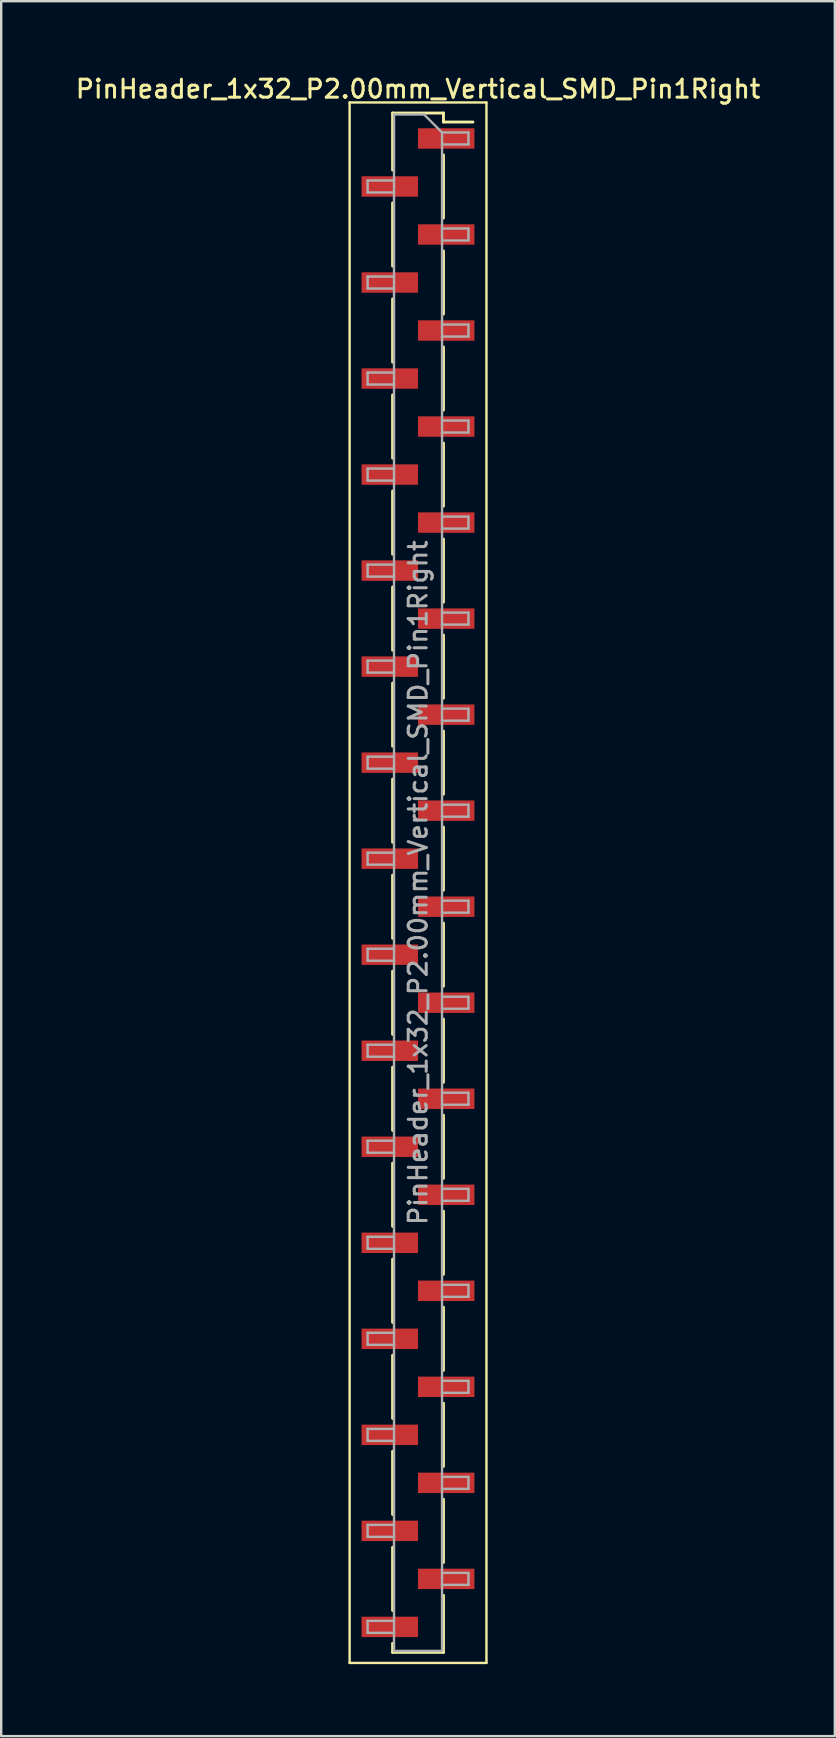
<source format=kicad_pcb>
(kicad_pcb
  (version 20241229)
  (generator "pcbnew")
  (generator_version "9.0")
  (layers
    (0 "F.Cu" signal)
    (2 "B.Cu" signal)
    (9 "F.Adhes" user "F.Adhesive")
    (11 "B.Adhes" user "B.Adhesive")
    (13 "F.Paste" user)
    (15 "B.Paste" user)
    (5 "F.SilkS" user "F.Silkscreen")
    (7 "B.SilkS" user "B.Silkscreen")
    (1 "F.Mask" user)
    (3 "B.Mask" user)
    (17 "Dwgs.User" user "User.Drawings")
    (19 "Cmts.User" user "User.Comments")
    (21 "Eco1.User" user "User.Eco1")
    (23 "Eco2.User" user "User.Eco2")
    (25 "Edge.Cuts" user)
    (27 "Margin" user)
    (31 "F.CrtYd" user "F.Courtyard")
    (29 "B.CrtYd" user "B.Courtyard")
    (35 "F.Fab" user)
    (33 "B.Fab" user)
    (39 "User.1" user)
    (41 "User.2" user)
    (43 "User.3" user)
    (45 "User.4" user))
  (footprint "PinHeader_1x32_P2.00mm_Vertical_SMD_Pin1Right"
    (layer "F.Cu")
    (at 14.363 33.718)
    (property "Reference" "PinHeader_1x32_P2.00mm_Vertical_SMD_Pin1Right" (at 0 -33.06 0) (layer "F.SilkS") (effects (font (size 0.75 0.75) (thickness 0.125))))
    (attr smd)
    (fp_line (start -2.85 -32.5) (end -2.85 32.5) (stroke (width 0.1) (type solid)) (layer "F.SilkS"))
    (fp_line (start -2.85 32.5) (end 2.85 32.5) (stroke (width 0.1) (type solid)) (layer "F.SilkS"))
    (fp_line (start -1.06 -32.06) (end -1.06 -29.685) (stroke (width 0.12) (type solid)) (layer "F.SilkS"))
    (fp_line (start -1.06 -32.06) (end 1.06 -32.06) (stroke (width 0.12) (type solid)) (layer "F.SilkS"))
    (fp_line (start -1.06 -28.315) (end -1.06 -25.685) (stroke (width 0.12) (type solid)) (layer "F.SilkS"))
    (fp_line (start -1.06 -24.315) (end -1.06 -21.685) (stroke (width 0.12) (type solid)) (layer "F.SilkS"))
    (fp_line (start -1.06 -20.315) (end -1.06 -17.685) (stroke (width 0.12) (type solid)) (layer "F.SilkS"))
    (fp_line (start -1.06 -16.315) (end -1.06 -13.685) (stroke (width 0.12) (type solid)) (layer "F.SilkS"))
    (fp_line (start -1.06 -12.315) (end -1.06 -9.685) (stroke (width 0.12) (type solid)) (layer "F.SilkS"))
    (fp_line (start -1.06 -8.315) (end -1.06 -5.685) (stroke (width 0.12) (type solid)) (layer "F.SilkS"))
    (fp_line (start -1.06 -4.315) (end -1.06 -1.685) (stroke (width 0.12) (type solid)) (layer "F.SilkS"))
    (fp_line (start -1.06 -0.315) (end -1.06 2.315) (stroke (width 0.12) (type solid)) (layer "F.SilkS"))
    (fp_line (start -1.06 3.685) (end -1.06 6.315) (stroke (width 0.12) (type solid)) (layer "F.SilkS"))
    (fp_line (start -1.06 7.685) (end -1.06 10.315) (stroke (width 0.12) (type solid)) (layer "F.SilkS"))
    (fp_line (start -1.06 11.685) (end -1.06 14.315) (stroke (width 0.12) (type solid)) (layer "F.SilkS"))
    (fp_line (start -1.06 15.685) (end -1.06 18.315) (stroke (width 0.12) (type solid)) (layer "F.SilkS"))
    (fp_line (start -1.06 19.685) (end -1.06 22.315) (stroke (width 0.12) (type solid)) (layer "F.SilkS"))
    (fp_line (start -1.06 23.685) (end -1.06 26.315) (stroke (width 0.12) (type solid)) (layer "F.SilkS"))
    (fp_line (start -1.06 27.685) (end -1.06 30.315) (stroke (width 0.12) (type solid)) (layer "F.SilkS"))
    (fp_line (start -1.06 31.685) (end -1.06 32.06) (stroke (width 0.12) (type solid)) (layer "F.SilkS"))
    (fp_line (start -1.06 32.06) (end 1.06 32.06) (stroke (width 0.12) (type solid)) (layer "F.SilkS"))
    (fp_line (start 1.06 -32.06) (end 1.06 -31.685) (stroke (width 0.12) (type solid)) (layer "F.SilkS"))
    (fp_line (start 1.06 -31.685) (end 2.29 -31.685) (stroke (width 0.12) (type solid)) (layer "F.SilkS"))
    (fp_line (start 1.06 -30.315) (end 1.06 -27.685) (stroke (width 0.12) (type solid)) (layer "F.SilkS"))
    (fp_line (start 1.06 -26.315) (end 1.06 -23.685) (stroke (width 0.12) (type solid)) (layer "F.SilkS"))
    (fp_line (start 1.06 -22.315) (end 1.06 -19.685) (stroke (width 0.12) (type solid)) (layer "F.SilkS"))
    (fp_line (start 1.06 -18.315) (end 1.06 -15.685) (stroke (width 0.12) (type solid)) (layer "F.SilkS"))
    (fp_line (start 1.06 -14.315) (end 1.06 -11.685) (stroke (width 0.12) (type solid)) (layer "F.SilkS"))
    (fp_line (start 1.06 -10.315) (end 1.06 -7.685) (stroke (width 0.12) (type solid)) (layer "F.SilkS"))
    (fp_line (start 1.06 -6.315) (end 1.06 -3.685) (stroke (width 0.12) (type solid)) (layer "F.SilkS"))
    (fp_line (start 1.06 -2.315) (end 1.06 0.315) (stroke (width 0.12) (type solid)) (layer "F.SilkS"))
    (fp_line (start 1.06 1.685) (end 1.06 4.315) (stroke (width 0.12) (type solid)) (layer "F.SilkS"))
    (fp_line (start 1.06 5.685) (end 1.06 8.315) (stroke (width 0.12) (type solid)) (layer "F.SilkS"))
    (fp_line (start 1.06 9.685) (end 1.06 12.315) (stroke (width 0.12) (type solid)) (layer "F.SilkS"))
    (fp_line (start 1.06 13.685) (end 1.06 16.315) (stroke (width 0.12) (type solid)) (layer "F.SilkS"))
    (fp_line (start 1.06 17.685) (end 1.06 20.315) (stroke (width 0.12) (type solid)) (layer "F.SilkS"))
    (fp_line (start 1.06 21.685) (end 1.06 24.315) (stroke (width 0.12) (type solid)) (layer "F.SilkS"))
    (fp_line (start 1.06 25.685) (end 1.06 28.315) (stroke (width 0.12) (type solid)) (layer "F.SilkS"))
    (fp_line (start 1.06 29.685) (end 1.06 32.06) (stroke (width 0.12) (type solid)) (layer "F.SilkS"))
    (fp_line (start 2.85 -32.5) (end -2.85 -32.5) (stroke (width 0.1) (type solid)) (layer "F.SilkS"))
    (fp_line (start 2.85 32.5) (end 2.85 -32.5) (stroke (width 0.1) (type solid)) (layer "F.SilkS"))
    (fp_line (start -2.1 -29.25) (end -2.1 -28.75) (stroke (width 0.1) (type solid)) (layer "F.Fab"))
    (fp_line (start -2.1 -28.75) (end -1 -28.75) (stroke (width 0.1) (type solid)) (layer "F.Fab"))
    (fp_line (start -2.1 -25.25) (end -2.1 -24.75) (stroke (width 0.1) (type solid)) (layer "F.Fab"))
    (fp_line (start -2.1 -24.75) (end -1 -24.75) (stroke (width 0.1) (type solid)) (layer "F.Fab"))
    (fp_line (start -2.1 -21.25) (end -2.1 -20.75) (stroke (width 0.1) (type solid)) (layer "F.Fab"))
    (fp_line (start -2.1 -20.75) (end -1 -20.75) (stroke (width 0.1) (type solid)) (layer "F.Fab"))
    (fp_line (start -2.1 -17.25) (end -2.1 -16.75) (stroke (width 0.1) (type solid)) (layer "F.Fab"))
    (fp_line (start -2.1 -16.75) (end -1 -16.75) (stroke (width 0.1) (type solid)) (layer "F.Fab"))
    (fp_line (start -2.1 -13.25) (end -2.1 -12.75) (stroke (width 0.1) (type solid)) (layer "F.Fab"))
    (fp_line (start -2.1 -12.75) (end -1 -12.75) (stroke (width 0.1) (type solid)) (layer "F.Fab"))
    (fp_line (start -2.1 -9.25) (end -2.1 -8.75) (stroke (width 0.1) (type solid)) (layer "F.Fab"))
    (fp_line (start -2.1 -8.75) (end -1 -8.75) (stroke (width 0.1) (type solid)) (layer "F.Fab"))
    (fp_line (start -2.1 -5.25) (end -2.1 -4.75) (stroke (width 0.1) (type solid)) (layer "F.Fab"))
    (fp_line (start -2.1 -4.75) (end -1 -4.75) (stroke (width 0.1) (type solid)) (layer "F.Fab"))
    (fp_line (start -2.1 -1.25) (end -2.1 -0.75) (stroke (width 0.1) (type solid)) (layer "F.Fab"))
    (fp_line (start -2.1 -0.75) (end -1 -0.75) (stroke (width 0.1) (type solid)) (layer "F.Fab"))
    (fp_line (start -2.1 2.75) (end -2.1 3.25) (stroke (width 0.1) (type solid)) (layer "F.Fab"))
    (fp_line (start -2.1 3.25) (end -1 3.25) (stroke (width 0.1) (type solid)) (layer "F.Fab"))
    (fp_line (start -2.1 6.75) (end -2.1 7.25) (stroke (width 0.1) (type solid)) (layer "F.Fab"))
    (fp_line (start -2.1 7.25) (end -1 7.25) (stroke (width 0.1) (type solid)) (layer "F.Fab"))
    (fp_line (start -2.1 10.75) (end -2.1 11.25) (stroke (width 0.1) (type solid)) (layer "F.Fab"))
    (fp_line (start -2.1 11.25) (end -1 11.25) (stroke (width 0.1) (type solid)) (layer "F.Fab"))
    (fp_line (start -2.1 14.75) (end -2.1 15.25) (stroke (width 0.1) (type solid)) (layer "F.Fab"))
    (fp_line (start -2.1 15.25) (end -1 15.25) (stroke (width 0.1) (type solid)) (layer "F.Fab"))
    (fp_line (start -2.1 18.75) (end -2.1 19.25) (stroke (width 0.1) (type solid)) (layer "F.Fab"))
    (fp_line (start -2.1 19.25) (end -1 19.25) (stroke (width 0.1) (type solid)) (layer "F.Fab"))
    (fp_line (start -2.1 22.75) (end -2.1 23.25) (stroke (width 0.1) (type solid)) (layer "F.Fab"))
    (fp_line (start -2.1 23.25) (end -1 23.25) (stroke (width 0.1) (type solid)) (layer "F.Fab"))
    (fp_line (start -2.1 26.75) (end -2.1 27.25) (stroke (width 0.1) (type solid)) (layer "F.Fab"))
    (fp_line (start -2.1 27.25) (end -1 27.25) (stroke (width 0.1) (type solid)) (layer "F.Fab"))
    (fp_line (start -2.1 30.75) (end -2.1 31.25) (stroke (width 0.1) (type solid)) (layer "F.Fab"))
    (fp_line (start -2.1 31.25) (end -1 31.25) (stroke (width 0.1) (type solid)) (layer "F.Fab"))
    (fp_line (start -1 -32) (end -1 32) (stroke (width 0.1) (type solid)) (layer "F.Fab"))
    (fp_line (start -1 -32) (end 0.25 -32) (stroke (width 0.1) (type solid)) (layer "F.Fab"))
    (fp_line (start -1 -29.25) (end -2.1 -29.25) (stroke (width 0.1) (type solid)) (layer "F.Fab"))
    (fp_line (start -1 -25.25) (end -2.1 -25.25) (stroke (width 0.1) (type solid)) (layer "F.Fab"))
    (fp_line (start -1 -21.25) (end -2.1 -21.25) (stroke (width 0.1) (type solid)) (layer "F.Fab"))
    (fp_line (start -1 -17.25) (end -2.1 -17.25) (stroke (width 0.1) (type solid)) (layer "F.Fab"))
    (fp_line (start -1 -13.25) (end -2.1 -13.25) (stroke (width 0.1) (type solid)) (layer "F.Fab"))
    (fp_line (start -1 -9.25) (end -2.1 -9.25) (stroke (width 0.1) (type solid)) (layer "F.Fab"))
    (fp_line (start -1 -5.25) (end -2.1 -5.25) (stroke (width 0.1) (type solid)) (layer "F.Fab"))
    (fp_line (start -1 -1.25) (end -2.1 -1.25) (stroke (width 0.1) (type solid)) (layer "F.Fab"))
    (fp_line (start -1 2.75) (end -2.1 2.75) (stroke (width 0.1) (type solid)) (layer "F.Fab"))
    (fp_line (start -1 6.75) (end -2.1 6.75) (stroke (width 0.1) (type solid)) (layer "F.Fab"))
    (fp_line (start -1 10.75) (end -2.1 10.75) (stroke (width 0.1) (type solid)) (layer "F.Fab"))
    (fp_line (start -1 14.75) (end -2.1 14.75) (stroke (width 0.1) (type solid)) (layer "F.Fab"))
    (fp_line (start -1 18.75) (end -2.1 18.75) (stroke (width 0.1) (type solid)) (layer "F.Fab"))
    (fp_line (start -1 22.75) (end -2.1 22.75) (stroke (width 0.1) (type solid)) (layer "F.Fab"))
    (fp_line (start -1 26.75) (end -2.1 26.75) (stroke (width 0.1) (type solid)) (layer "F.Fab"))
    (fp_line (start -1 30.75) (end -2.1 30.75) (stroke (width 0.1) (type solid)) (layer "F.Fab"))
    (fp_line (start 1 -31.25) (end 0.25 -32) (stroke (width 0.1) (type solid)) (layer "F.Fab"))
    (fp_line (start 1 -31.25) (end 2.1 -31.25) (stroke (width 0.1) (type solid)) (layer "F.Fab"))
    (fp_line (start 1 -27.25) (end 2.1 -27.25) (stroke (width 0.1) (type solid)) (layer "F.Fab"))
    (fp_line (start 1 -23.25) (end 2.1 -23.25) (stroke (width 0.1) (type solid)) (layer "F.Fab"))
    (fp_line (start 1 -19.25) (end 2.1 -19.25) (stroke (width 0.1) (type solid)) (layer "F.Fab"))
    (fp_line (start 1 -15.25) (end 2.1 -15.25) (stroke (width 0.1) (type solid)) (layer "F.Fab"))
    (fp_line (start 1 -11.25) (end 2.1 -11.25) (stroke (width 0.1) (type solid)) (layer "F.Fab"))
    (fp_line (start 1 -7.25) (end 2.1 -7.25) (stroke (width 0.1) (type solid)) (layer "F.Fab"))
    (fp_line (start 1 -3.25) (end 2.1 -3.25) (stroke (width 0.1) (type solid)) (layer "F.Fab"))
    (fp_line (start 1 0.75) (end 2.1 0.75) (stroke (width 0.1) (type solid)) (layer "F.Fab"))
    (fp_line (start 1 4.75) (end 2.1 4.75) (stroke (width 0.1) (type solid)) (layer "F.Fab"))
    (fp_line (start 1 8.75) (end 2.1 8.75) (stroke (width 0.1) (type solid)) (layer "F.Fab"))
    (fp_line (start 1 12.75) (end 2.1 12.75) (stroke (width 0.1) (type solid)) (layer "F.Fab"))
    (fp_line (start 1 16.75) (end 2.1 16.75) (stroke (width 0.1) (type solid)) (layer "F.Fab"))
    (fp_line (start 1 20.75) (end 2.1 20.75) (stroke (width 0.1) (type solid)) (layer "F.Fab"))
    (fp_line (start 1 24.75) (end 2.1 24.75) (stroke (width 0.1) (type solid)) (layer "F.Fab"))
    (fp_line (start 1 28.75) (end 2.1 28.75) (stroke (width 0.1) (type solid)) (layer "F.Fab"))
    (fp_line (start 1 32) (end -1 32) (stroke (width 0.1) (type solid)) (layer "F.Fab"))
    (fp_line (start 1 32) (end 1 -31.25) (stroke (width 0.1) (type solid)) (layer "F.Fab"))
    (fp_line (start 2.1 -31.25) (end 2.1 -30.75) (stroke (width 0.1) (type solid)) (layer "F.Fab"))
    (fp_line (start 2.1 -30.75) (end 1 -30.75) (stroke (width 0.1) (type solid)) (layer "F.Fab"))
    (fp_line (start 2.1 -27.25) (end 2.1 -26.75) (stroke (width 0.1) (type solid)) (layer "F.Fab"))
    (fp_line (start 2.1 -26.75) (end 1 -26.75) (stroke (width 0.1) (type solid)) (layer "F.Fab"))
    (fp_line (start 2.1 -23.25) (end 2.1 -22.75) (stroke (width 0.1) (type solid)) (layer "F.Fab"))
    (fp_line (start 2.1 -22.75) (end 1 -22.75) (stroke (width 0.1) (type solid)) (layer "F.Fab"))
    (fp_line (start 2.1 -19.25) (end 2.1 -18.75) (stroke (width 0.1) (type solid)) (layer "F.Fab"))
    (fp_line (start 2.1 -18.75) (end 1 -18.75) (stroke (width 0.1) (type solid)) (layer "F.Fab"))
    (fp_line (start 2.1 -15.25) (end 2.1 -14.75) (stroke (width 0.1) (type solid)) (layer "F.Fab"))
    (fp_line (start 2.1 -14.75) (end 1 -14.75) (stroke (width 0.1) (type solid)) (layer "F.Fab"))
    (fp_line (start 2.1 -11.25) (end 2.1 -10.75) (stroke (width 0.1) (type solid)) (layer "F.Fab"))
    (fp_line (start 2.1 -10.75) (end 1 -10.75) (stroke (width 0.1) (type solid)) (layer "F.Fab"))
    (fp_line (start 2.1 -7.25) (end 2.1 -6.75) (stroke (width 0.1) (type solid)) (layer "F.Fab"))
    (fp_line (start 2.1 -6.75) (end 1 -6.75) (stroke (width 0.1) (type solid)) (layer "F.Fab"))
    (fp_line (start 2.1 -3.25) (end 2.1 -2.75) (stroke (width 0.1) (type solid)) (layer "F.Fab"))
    (fp_line (start 2.1 -2.75) (end 1 -2.75) (stroke (width 0.1) (type solid)) (layer "F.Fab"))
    (fp_line (start 2.1 0.75) (end 2.1 1.25) (stroke (width 0.1) (type solid)) (layer "F.Fab"))
    (fp_line (start 2.1 1.25) (end 1 1.25) (stroke (width 0.1) (type solid)) (layer "F.Fab"))
    (fp_line (start 2.1 4.75) (end 2.1 5.25) (stroke (width 0.1) (type solid)) (layer "F.Fab"))
    (fp_line (start 2.1 5.25) (end 1 5.25) (stroke (width 0.1) (type solid)) (layer "F.Fab"))
    (fp_line (start 2.1 8.75) (end 2.1 9.25) (stroke (width 0.1) (type solid)) (layer "F.Fab"))
    (fp_line (start 2.1 9.25) (end 1 9.25) (stroke (width 0.1) (type solid)) (layer "F.Fab"))
    (fp_line (start 2.1 12.75) (end 2.1 13.25) (stroke (width 0.1) (type solid)) (layer "F.Fab"))
    (fp_line (start 2.1 13.25) (end 1 13.25) (stroke (width 0.1) (type solid)) (layer "F.Fab"))
    (fp_line (start 2.1 16.75) (end 2.1 17.25) (stroke (width 0.1) (type solid)) (layer "F.Fab"))
    (fp_line (start 2.1 17.25) (end 1 17.25) (stroke (width 0.1) (type solid)) (layer "F.Fab"))
    (fp_line (start 2.1 20.75) (end 2.1 21.25) (stroke (width 0.1) (type solid)) (layer "F.Fab"))
    (fp_line (start 2.1 21.25) (end 1 21.25) (stroke (width 0.1) (type solid)) (layer "F.Fab"))
    (fp_line (start 2.1 24.75) (end 2.1 25.25) (stroke (width 0.1) (type solid)) (layer "F.Fab"))
    (fp_line (start 2.1 25.25) (end 1 25.25) (stroke (width 0.1) (type solid)) (layer "F.Fab"))
    (fp_line (start 2.1 28.75) (end 2.1 29.25) (stroke (width 0.1) (type solid)) (layer "F.Fab"))
    (fp_line (start 2.1 29.25) (end 1 29.25) (stroke (width 0.1) (type solid)) (layer "F.Fab"))
    (fp_text user "${REFERENCE}" (at 0 0 90) (layer "F.Fab") (effects (font (size 0.75 0.75) (thickness 0.125))))
    (pad "1" smd rect (at 1.175 -31) (size 2.35 0.85) (layers "F.Cu" "F.Mask" "F.Paste"))
    (pad "2" smd rect (at -1.175 -29) (size 2.35 0.85) (layers "F.Cu" "F.Mask" "F.Paste"))
    (pad "3" smd rect (at 1.175 -27) (size 2.35 0.85) (layers "F.Cu" "F.Mask" "F.Paste"))
    (pad "4" smd rect (at -1.175 -25) (size 2.35 0.85) (layers "F.Cu" "F.Mask" "F.Paste"))
    (pad "5" smd rect (at 1.175 -23) (size 2.35 0.85) (layers "F.Cu" "F.Mask" "F.Paste"))
    (pad "6" smd rect (at -1.175 -21) (size 2.35 0.85) (layers "F.Cu" "F.Mask" "F.Paste"))
    (pad "7" smd rect (at 1.175 -19) (size 2.35 0.85) (layers "F.Cu" "F.Mask" "F.Paste"))
    (pad "8" smd rect (at -1.175 -17) (size 2.35 0.85) (layers "F.Cu" "F.Mask" "F.Paste"))
    (pad "9" smd rect (at 1.175 -15) (size 2.35 0.85) (layers "F.Cu" "F.Mask" "F.Paste"))
    (pad "10" smd rect (at -1.175 -13) (size 2.35 0.85) (layers "F.Cu" "F.Mask" "F.Paste"))
    (pad "11" smd rect (at 1.175 -11) (size 2.35 0.85) (layers "F.Cu" "F.Mask" "F.Paste"))
    (pad "12" smd rect (at -1.175 -9) (size 2.35 0.85) (layers "F.Cu" "F.Mask" "F.Paste"))
    (pad "13" smd rect (at 1.175 -7) (size 2.35 0.85) (layers "F.Cu" "F.Mask" "F.Paste"))
    (pad "14" smd rect (at -1.175 -5) (size 2.35 0.85) (layers "F.Cu" "F.Mask" "F.Paste"))
    (pad "15" smd rect (at 1.175 -3) (size 2.35 0.85) (layers "F.Cu" "F.Mask" "F.Paste"))
    (pad "16" smd rect (at -1.175 -1) (size 2.35 0.85) (layers "F.Cu" "F.Mask" "F.Paste"))
    (pad "17" smd rect (at 1.175 1) (size 2.35 0.85) (layers "F.Cu" "F.Mask" "F.Paste"))
    (pad "18" smd rect (at -1.175 3) (size 2.35 0.85) (layers "F.Cu" "F.Mask" "F.Paste"))
    (pad "19" smd rect (at 1.175 5) (size 2.35 0.85) (layers "F.Cu" "F.Mask" "F.Paste"))
    (pad "20" smd rect (at -1.175 7) (size 2.35 0.85) (layers "F.Cu" "F.Mask" "F.Paste"))
    (pad "21" smd rect (at 1.175 9) (size 2.35 0.85) (layers "F.Cu" "F.Mask" "F.Paste"))
    (pad "22" smd rect (at -1.175 11) (size 2.35 0.85) (layers "F.Cu" "F.Mask" "F.Paste"))
    (pad "23" smd rect (at 1.175 13) (size 2.35 0.85) (layers "F.Cu" "F.Mask" "F.Paste"))
    (pad "24" smd rect (at -1.175 15) (size 2.35 0.85) (layers "F.Cu" "F.Mask" "F.Paste"))
    (pad "25" smd rect (at 1.175 17) (size 2.35 0.85) (layers "F.Cu" "F.Mask" "F.Paste"))
    (pad "26" smd rect (at -1.175 19) (size 2.35 0.85) (layers "F.Cu" "F.Mask" "F.Paste"))
    (pad "27" smd rect (at 1.175 21) (size 2.35 0.85) (layers "F.Cu" "F.Mask" "F.Paste"))
    (pad "28" smd rect (at -1.175 23) (size 2.35 0.85) (layers "F.Cu" "F.Mask" "F.Paste"))
    (pad "29" smd rect (at 1.175 25) (size 2.35 0.85) (layers "F.Cu" "F.Mask" "F.Paste"))
    (pad "30" smd rect (at -1.175 27) (size 2.35 0.85) (layers "F.Cu" "F.Mask" "F.Paste"))
    (pad "31" smd rect (at 1.175 29) (size 2.35 0.85) (layers "F.Cu" "F.Mask" "F.Paste"))
    (pad "32" smd rect (at -1.175 31) (size 2.35 0.85) (layers "F.Cu" "F.Mask" "F.Paste")))
  (gr_rect
    (start -3 -3)
    (end 31.725 69.268)
    (stroke (width 0.1) (type default))
    (fill no)
    (layer "Edge.Cuts")))
</source>
